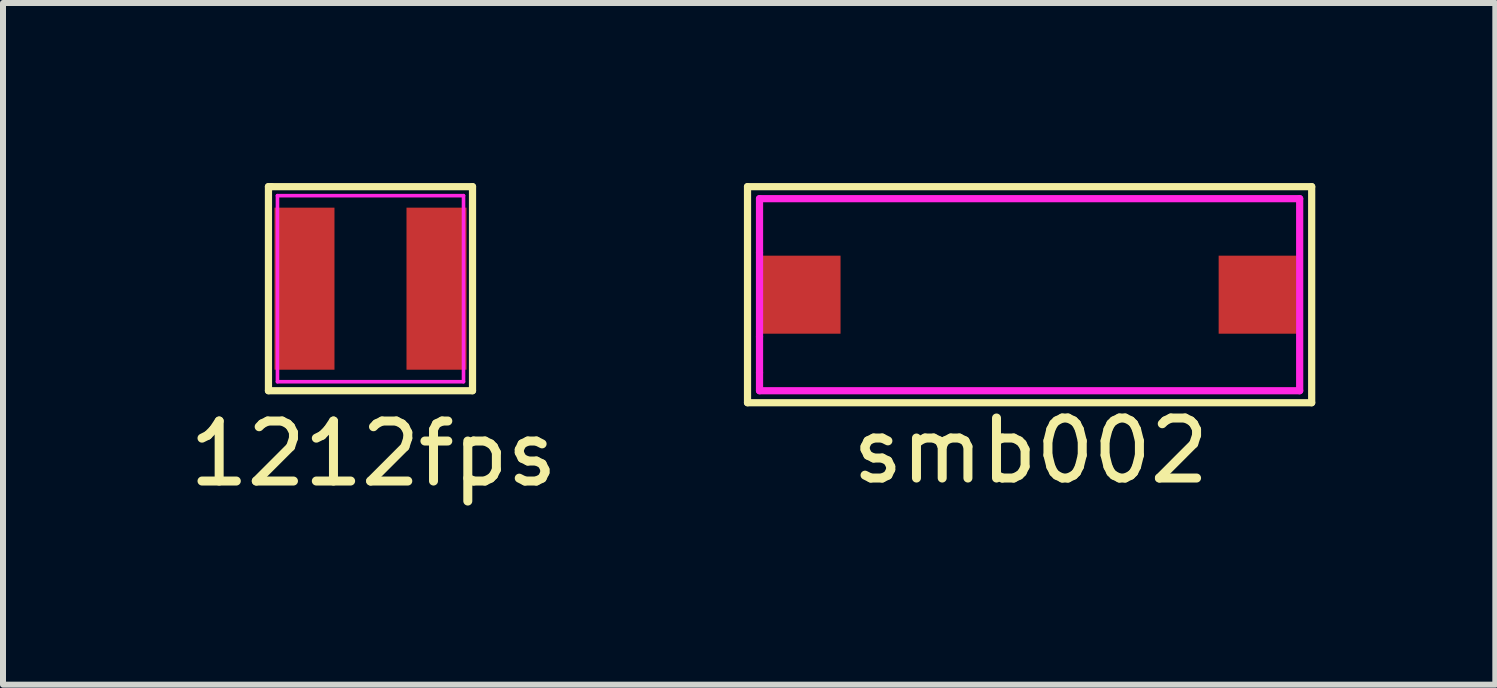
<source format=kicad_pcb>
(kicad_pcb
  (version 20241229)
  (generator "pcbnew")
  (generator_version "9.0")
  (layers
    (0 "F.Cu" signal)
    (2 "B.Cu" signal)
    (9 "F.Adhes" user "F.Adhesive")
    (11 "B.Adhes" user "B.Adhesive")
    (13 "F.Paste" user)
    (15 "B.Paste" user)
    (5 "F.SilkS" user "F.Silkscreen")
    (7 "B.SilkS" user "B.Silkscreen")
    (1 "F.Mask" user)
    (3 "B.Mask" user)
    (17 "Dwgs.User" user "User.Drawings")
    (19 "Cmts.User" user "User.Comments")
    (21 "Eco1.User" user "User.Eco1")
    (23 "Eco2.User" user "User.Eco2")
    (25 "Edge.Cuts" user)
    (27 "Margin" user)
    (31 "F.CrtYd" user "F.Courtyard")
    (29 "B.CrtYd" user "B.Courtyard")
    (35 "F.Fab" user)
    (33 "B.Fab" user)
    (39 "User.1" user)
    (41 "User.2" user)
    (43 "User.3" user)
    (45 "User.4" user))
  (footprint "smb002"
    (layer "F.Cu")
    (at 14.105 1.86)
    (property "Reference" "smb002" (at 0.02 2.6 0) (layer "F.SilkS") (effects (font (size 1 1) (thickness 0.15))))
    (attr through_hole)
    (fp_line (start -4.7 -1.8) (end 4.7 -1.8) (stroke (width 0.12) (type solid)) (layer "F.SilkS"))
    (fp_line (start -4.7 1.8) (end -4.7 -1.8) (stroke (width 0.12) (type solid)) (layer "F.SilkS"))
    (fp_line (start 4.7 -1.8) (end 4.7 1.8) (stroke (width 0.12) (type solid)) (layer "F.SilkS"))
    (fp_line (start 4.7 1.8) (end -4.7 1.8) (stroke (width 0.12) (type solid)) (layer "F.SilkS"))
    (fp_line (start -4.5 -0.7) (end -4.5 -1.6) (stroke (width 0.12) (type solid)) (layer "F.CrtYd"))
    (fp_line (start -4.5 0.7) (end -4.5 -0.7) (stroke (width 0.12) (type solid)) (layer "F.CrtYd"))
    (fp_line (start -4.5 0.7) (end -4.5 1.3) (stroke (width 0.12) (type solid)) (layer "F.CrtYd"))
    (fp_line (start -4.5 1.3) (end -4.5 1.6) (stroke (width 0.12) (type solid)) (layer "F.CrtYd"))
    (fp_line (start -4.5 1.6) (end 4.5 1.6) (stroke (width 0.12) (type solid)) (layer "F.CrtYd"))
    (fp_line (start 4.5 -1.6) (end -4.5 -1.6) (stroke (width 0.12) (type solid)) (layer "F.CrtYd"))
    (fp_line (start 4.5 1.6) (end 4.5 -1.6) (stroke (width 0.12) (type solid)) (layer "F.CrtYd"))
    (pad "1" smd rect (at 3.8 0) (size 1.3 1.3) (layers "F.Cu" "F.Mask" "F.Paste"))
    (pad "2" smd rect (at -3.8 0) (size 1.3 1.3) (layers "F.Cu" "F.Mask" "F.Paste")))
  (footprint "1212fps"
    (layer "F.Cu")
    (at 3.123 1.76)
    (property "Reference" "1212fps" (at 0.05 2.75 0) (layer "F.SilkS") (effects (font (size 1 1) (thickness 0.15))))
    (attr through_hole)
    (fp_line (start -1.7 1.7) (end -1.7 -1.7) (stroke (width 0.12) (type solid)) (layer "F.SilkS"))
    (fp_line (start -1.65 -1.7) (end -1.7 -1.7) (stroke (width 0.12) (type solid)) (layer "F.SilkS"))
    (fp_line (start -1.65 -1.7) (end 1.7 -1.7) (stroke (width 0.12) (type solid)) (layer "F.SilkS"))
    (fp_line (start 1.7 -1.7) (end 1.7 1.7) (stroke (width 0.12) (type solid)) (layer "F.SilkS"))
    (fp_line (start 1.7 1.7) (end -1.7 1.7) (stroke (width 0.12) (type solid)) (layer "F.SilkS"))
    (fp_line (start -1.55 -1.55) (end 1.55 -1.55) (stroke (width 0.06) (type solid)) (layer "F.CrtYd"))
    (fp_line (start -1.55 1.55) (end -1.55 -1.55) (stroke (width 0.06) (type solid)) (layer "F.CrtYd"))
    (fp_line (start 1.55 -1.55) (end 1.55 1.55) (stroke (width 0.06) (type solid)) (layer "F.CrtYd"))
    (fp_line (start 1.55 1.55) (end -1.55 1.55) (stroke (width 0.06) (type solid)) (layer "F.CrtYd"))
    (pad "1" smd rect (at -1.1 0) (size 1 2.7) (layers "F.Cu" "F.Mask" "F.Paste"))
    (pad "2" smd rect (at 1.1 0) (size 1 2.7) (layers "F.Cu" "F.Mask" "F.Paste")))
  (gr_rect
    (start -3 -3)
    (end 21.865 8.358)
    (stroke (width 0.1) (type default))
    (fill no)
    (layer "Edge.Cuts")))
</source>
